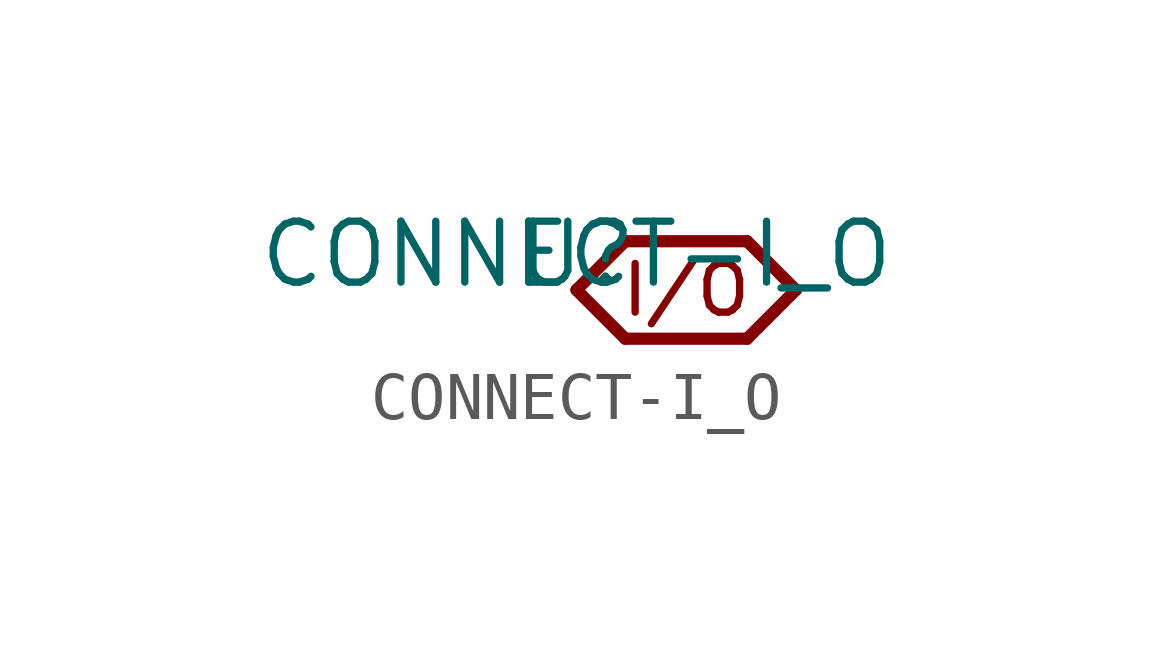
<source format=kicad_sym>
(kicad_symbol_lib
  (version 20211014)
  (generator kicad_symbol_editor)
  (symbol "CONNECT-I_O"
    (pin_names
      (offset 1.016))
    (property "Reference" "U"
      (at 0 0 0)
      (effects (font (size 1.27 1.27)) (justify bottom)))
    (property "Value" "CONNECT-I_O"
      (at 0 0.0 0)
      (effects (font (size 1.27 1.27)) (justify bottom)))
    (symbol "CONNECT-I_O_0_0"
      (polyline (pts (xy 1.016 -1.016) (xy 0.0 0.0)) (stroke (width 0.254)))
      (polyline (pts (xy 0.0 0.0) (xy 1.016 1.016)) (stroke (width 0.254)))
      (text "I/O" (at 2.286 0.0 0) (effects (font (size 1.016 1.016))))
      (polyline (pts (xy 4.572 0.0) (xy 3.556 1.016)) (stroke (width 0.254)))
      (polyline (pts (xy 3.556 1.016) (xy 1.016 1.016)) (stroke (width 0.254)))
      (polyline (pts (xy 1.016 -1.016) (xy 3.556 -1.016)) (stroke (width 0.254)))
      (polyline (pts (xy 3.556 -1.016) (xy 4.572 0.0)) (stroke (width 0.254))))))
</source>
